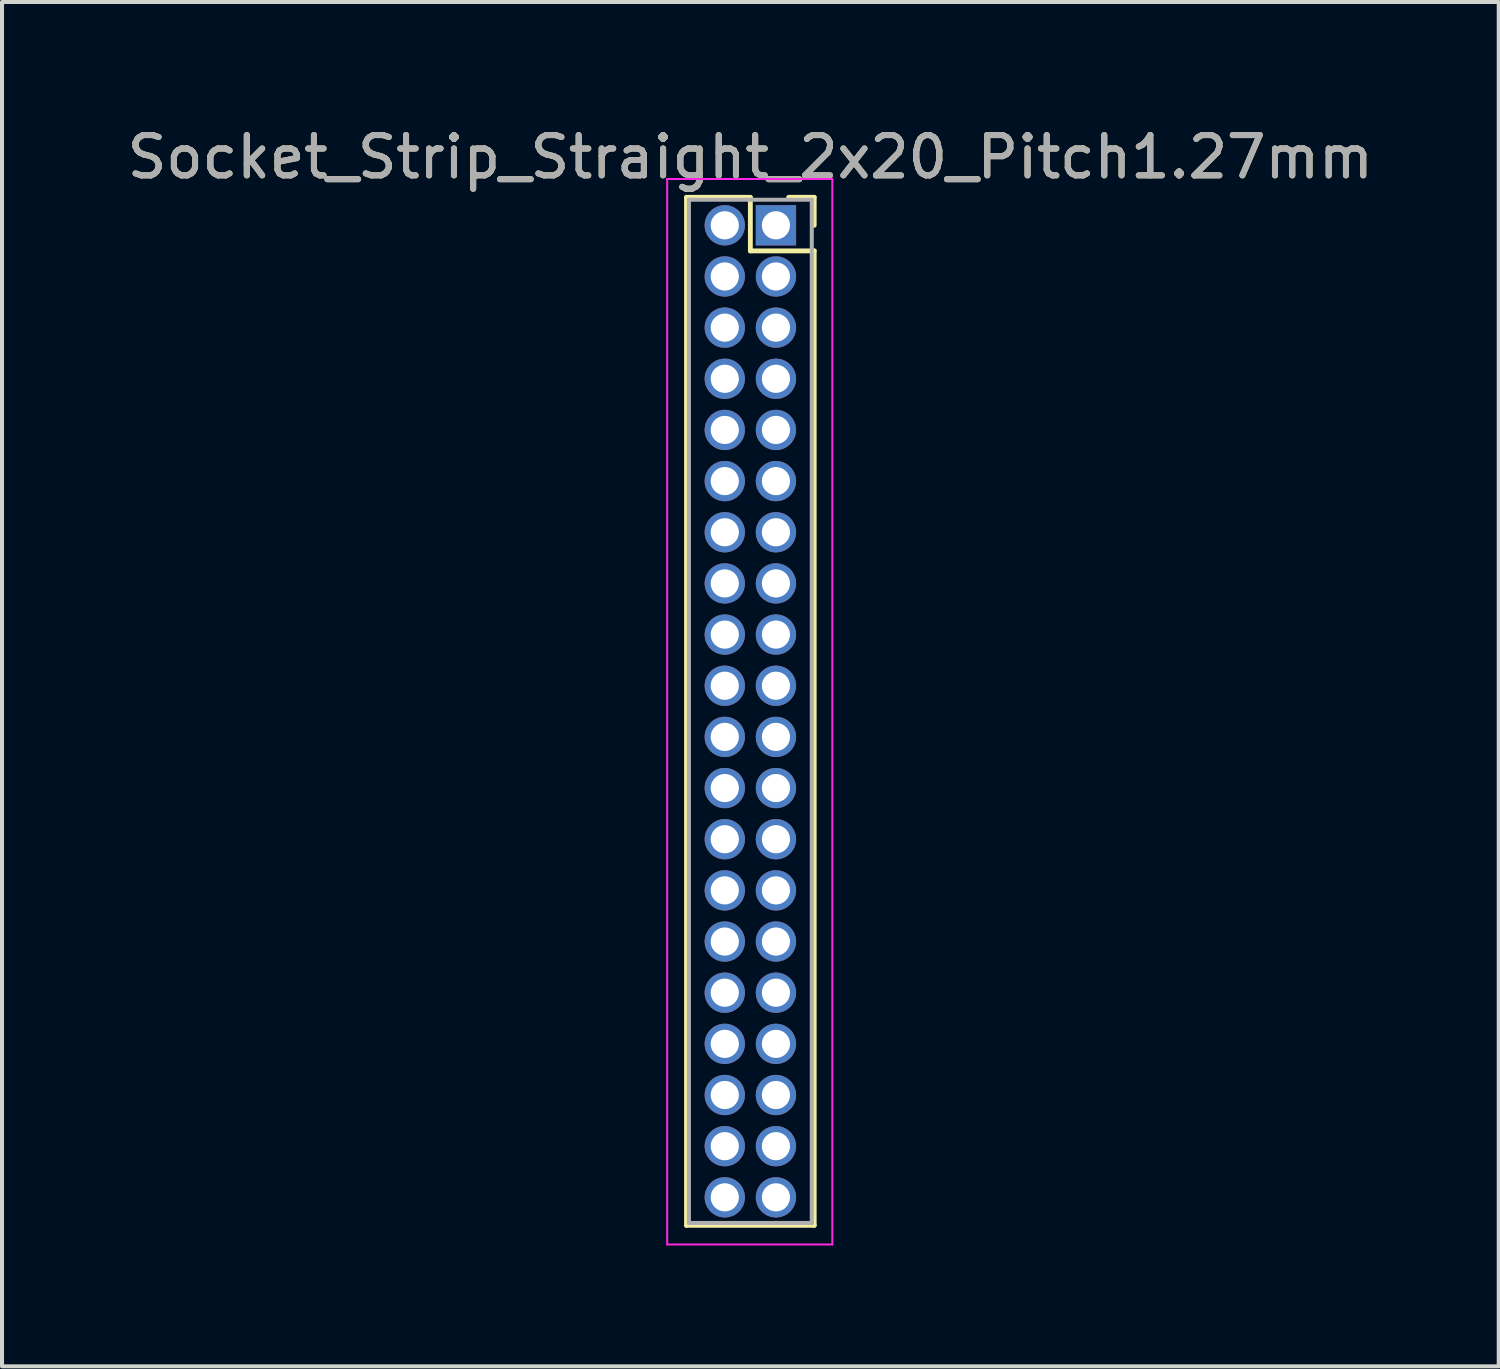
<source format=kicad_pcb>
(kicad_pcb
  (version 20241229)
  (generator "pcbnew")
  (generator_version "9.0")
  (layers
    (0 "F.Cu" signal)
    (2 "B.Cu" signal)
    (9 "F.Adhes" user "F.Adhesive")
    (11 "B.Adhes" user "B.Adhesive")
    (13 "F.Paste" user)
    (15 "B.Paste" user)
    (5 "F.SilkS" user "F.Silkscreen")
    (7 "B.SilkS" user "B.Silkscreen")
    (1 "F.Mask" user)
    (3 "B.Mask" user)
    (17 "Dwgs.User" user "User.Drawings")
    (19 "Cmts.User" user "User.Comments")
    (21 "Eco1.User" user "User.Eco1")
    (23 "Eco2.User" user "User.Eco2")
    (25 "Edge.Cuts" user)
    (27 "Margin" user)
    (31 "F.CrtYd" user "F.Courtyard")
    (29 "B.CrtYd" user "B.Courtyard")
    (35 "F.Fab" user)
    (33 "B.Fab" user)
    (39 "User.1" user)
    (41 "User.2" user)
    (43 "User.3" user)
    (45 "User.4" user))
  (footprint "Socket_Strip_Straight_2x20_Pitch1.27mm"
    (layer "F.Cu")
    (at 16.212 2.543)
    (property "Reference" "Socket_Strip_Straight_2x20_Pitch1.27mm" (at -0.635 -1.695 0) (layer "F.SilkS") (effects (font (size 1 1) (thickness 0.15))))
    (attr through_hole)
    (fp_line (start -2.22 -0.695) (end -0.635 -0.695) (stroke (width 0.12) (type solid)) (layer "F.SilkS"))
    (fp_line (start -2.22 24.825) (end -2.22 -0.695) (stroke (width 0.12) (type solid)) (layer "F.SilkS"))
    (fp_line (start -0.635 -0.695) (end -0.635 0.635) (stroke (width 0.12) (type solid)) (layer "F.SilkS"))
    (fp_line (start -0.635 0.635) (end 0.95 0.635) (stroke (width 0.12) (type solid)) (layer "F.SilkS"))
    (fp_line (start 0.95 -0.695) (end 0.315 -0.695) (stroke (width 0.12) (type solid)) (layer "F.SilkS"))
    (fp_line (start 0.95 0) (end 0.95 -0.695) (stroke (width 0.12) (type solid)) (layer "F.SilkS"))
    (fp_line (start 0.95 0.635) (end 0.95 24.825) (stroke (width 0.12) (type solid)) (layer "F.SilkS"))
    (fp_line (start 0.95 24.825) (end -2.22 24.825) (stroke (width 0.12) (type solid)) (layer "F.SilkS"))
    (fp_line (start -2.7 -1.15) (end -2.7 25.3) (stroke (width 0.05) (type solid)) (layer "F.CrtYd"))
    (fp_line (start -2.7 25.3) (end 1.4 25.3) (stroke (width 0.05) (type solid)) (layer "F.CrtYd"))
    (fp_line (start 1.4 -1.15) (end -2.7 -1.15) (stroke (width 0.05) (type solid)) (layer "F.CrtYd"))
    (fp_line (start 1.4 25.3) (end 1.4 -1.15) (stroke (width 0.05) (type solid)) (layer "F.CrtYd"))
    (fp_line (start -2.16 -0.635) (end -2.16 24.765) (stroke (width 0.1) (type solid)) (layer "F.Fab"))
    (fp_line (start -2.16 24.765) (end 0.89 24.765) (stroke (width 0.1) (type solid)) (layer "F.Fab"))
    (fp_line (start 0.89 -0.635) (end -2.16 -0.635) (stroke (width 0.1) (type solid)) (layer "F.Fab"))
    (fp_line (start 0.89 24.765) (end 0.89 -0.635) (stroke (width 0.1) (type solid)) (layer "F.Fab"))
    (fp_text user "${REFERENCE}" (at -0.635 -1.695 0) (layer "F.Fab") (effects (font (size 1 1) (thickness 0.15))))
    (pad "1" thru_hole rect (at 0 0) (size 1 1) (drill 0.7) (layers "*.Cu" "*.Mask"))
    (pad "2" thru_hole oval (at -1.27 0) (size 1 1) (drill 0.7) (layers "*.Cu" "*.Mask"))
    (pad "3" thru_hole oval (at 0 1.27) (size 1 1) (drill 0.7) (layers "*.Cu" "*.Mask"))
    (pad "4" thru_hole oval (at -1.27 1.27) (size 1 1) (drill 0.7) (layers "*.Cu" "*.Mask"))
    (pad "5" thru_hole oval (at 0 2.54) (size 1 1) (drill 0.7) (layers "*.Cu" "*.Mask"))
    (pad "6" thru_hole oval (at -1.27 2.54) (size 1 1) (drill 0.7) (layers "*.Cu" "*.Mask"))
    (pad "7" thru_hole oval (at 0 3.81) (size 1 1) (drill 0.7) (layers "*.Cu" "*.Mask"))
    (pad "8" thru_hole oval (at -1.27 3.81) (size 1 1) (drill 0.7) (layers "*.Cu" "*.Mask"))
    (pad "9" thru_hole oval (at 0 5.08) (size 1 1) (drill 0.7) (layers "*.Cu" "*.Mask"))
    (pad "10" thru_hole oval (at -1.27 5.08) (size 1 1) (drill 0.7) (layers "*.Cu" "*.Mask"))
    (pad "11" thru_hole oval (at 0 6.35) (size 1 1) (drill 0.7) (layers "*.Cu" "*.Mask"))
    (pad "12" thru_hole oval (at -1.27 6.35) (size 1 1) (drill 0.7) (layers "*.Cu" "*.Mask"))
    (pad "13" thru_hole oval (at 0 7.62) (size 1 1) (drill 0.7) (layers "*.Cu" "*.Mask"))
    (pad "14" thru_hole oval (at -1.27 7.62) (size 1 1) (drill 0.7) (layers "*.Cu" "*.Mask"))
    (pad "15" thru_hole oval (at 0 8.89) (size 1 1) (drill 0.7) (layers "*.Cu" "*.Mask"))
    (pad "16" thru_hole oval (at -1.27 8.89) (size 1 1) (drill 0.7) (layers "*.Cu" "*.Mask"))
    (pad "17" thru_hole oval (at 0 10.16) (size 1 1) (drill 0.7) (layers "*.Cu" "*.Mask"))
    (pad "18" thru_hole oval (at -1.27 10.16) (size 1 1) (drill 0.7) (layers "*.Cu" "*.Mask"))
    (pad "19" thru_hole oval (at 0 11.43) (size 1 1) (drill 0.7) (layers "*.Cu" "*.Mask"))
    (pad "20" thru_hole oval (at -1.27 11.43) (size 1 1) (drill 0.7) (layers "*.Cu" "*.Mask"))
    (pad "21" thru_hole oval (at 0 12.7) (size 1 1) (drill 0.7) (layers "*.Cu" "*.Mask"))
    (pad "22" thru_hole oval (at -1.27 12.7) (size 1 1) (drill 0.7) (layers "*.Cu" "*.Mask"))
    (pad "23" thru_hole oval (at 0 13.97) (size 1 1) (drill 0.7) (layers "*.Cu" "*.Mask"))
    (pad "24" thru_hole oval (at -1.27 13.97) (size 1 1) (drill 0.7) (layers "*.Cu" "*.Mask"))
    (pad "25" thru_hole oval (at 0 15.24) (size 1 1) (drill 0.7) (layers "*.Cu" "*.Mask"))
    (pad "26" thru_hole oval (at -1.27 15.24) (size 1 1) (drill 0.7) (layers "*.Cu" "*.Mask"))
    (pad "27" thru_hole oval (at 0 16.51) (size 1 1) (drill 0.7) (layers "*.Cu" "*.Mask"))
    (pad "28" thru_hole oval (at -1.27 16.51) (size 1 1) (drill 0.7) (layers "*.Cu" "*.Mask"))
    (pad "29" thru_hole oval (at 0 17.78) (size 1 1) (drill 0.7) (layers "*.Cu" "*.Mask"))
    (pad "30" thru_hole oval (at -1.27 17.78) (size 1 1) (drill 0.7) (layers "*.Cu" "*.Mask"))
    (pad "31" thru_hole oval (at 0 19.05) (size 1 1) (drill 0.7) (layers "*.Cu" "*.Mask"))
    (pad "32" thru_hole oval (at -1.27 19.05) (size 1 1) (drill 0.7) (layers "*.Cu" "*.Mask"))
    (pad "33" thru_hole oval (at 0 20.32) (size 1 1) (drill 0.7) (layers "*.Cu" "*.Mask"))
    (pad "34" thru_hole oval (at -1.27 20.32) (size 1 1) (drill 0.7) (layers "*.Cu" "*.Mask"))
    (pad "35" thru_hole oval (at 0 21.59) (size 1 1) (drill 0.7) (layers "*.Cu" "*.Mask"))
    (pad "36" thru_hole oval (at -1.27 21.59) (size 1 1) (drill 0.7) (layers "*.Cu" "*.Mask"))
    (pad "37" thru_hole oval (at 0 22.86) (size 1 1) (drill 0.7) (layers "*.Cu" "*.Mask"))
    (pad "38" thru_hole oval (at -1.27 22.86) (size 1 1) (drill 0.7) (layers "*.Cu" "*.Mask"))
    (pad "39" thru_hole oval (at 0 24.13) (size 1 1) (drill 0.7) (layers "*.Cu" "*.Mask"))
    (pad "40" thru_hole oval (at -1.27 24.13) (size 1 1) (drill 0.7) (layers "*.Cu" "*.Mask")))
  (gr_rect
    (start -3 -3)
    (end 34.155 30.868)
    (stroke (width 0.1) (type default))
    (fill no)
    (layer "Edge.Cuts")))
</source>
